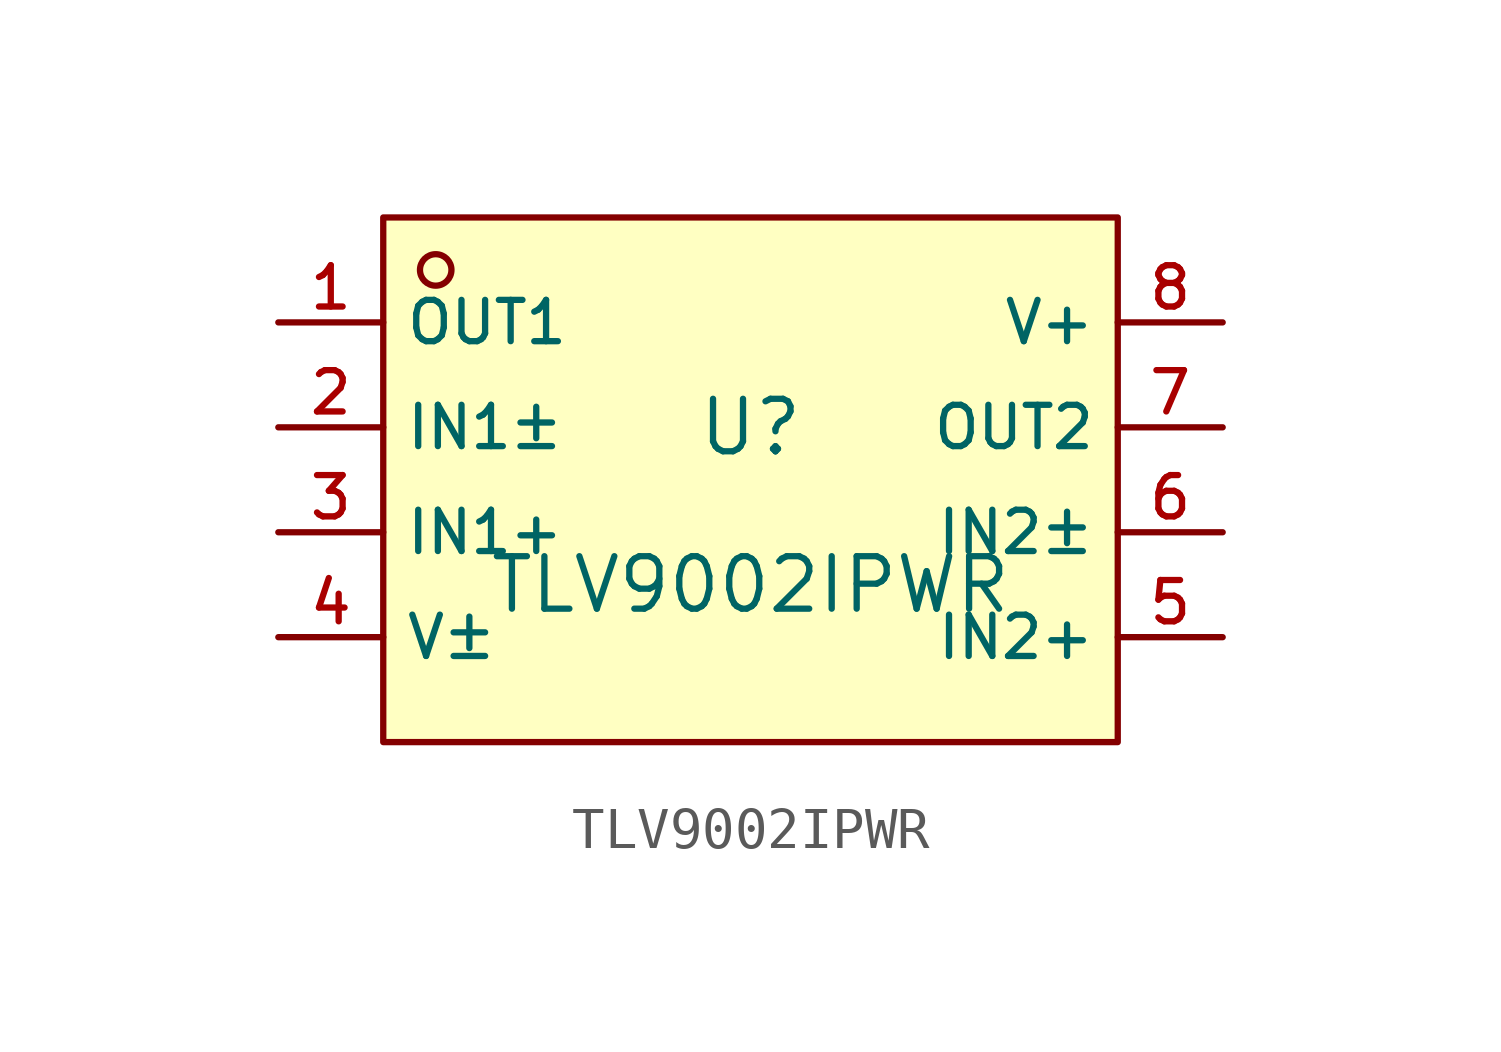
<source format=kicad_sym>
(kicad_symbol_lib
  (version 20210201)
  (generator TousstNicolas/JLC2KiCad_lib)
  (symbol "TLV9002IPWR"
    (property "Reference" "U"
      (at 0 1.27 0)
      (effects (font (size 1.27 1.27))))
    (property "Value" "TLV9002IPWR"
      (at 0 -2.54 0)
      (effects (font (size 1.27 1.27))))
    (symbol "TLV9002IPWR_0_1"
      (rectangle (start -8.89 6.35) (end 8.89 -6.35) (stroke (width 0) (type default) (color 0 0 0 0)) (fill (type background)))
      (circle (center -7.62 5.08) (radius 0.381) (stroke (width 0) (type default) (color 0 0 0 0)) (fill (type background)))
      (pin unspecified line (at -11.43 3.81 0) (length 2.54) (name "OUT1" (effects (font (size 1 1)))) (number "1" (effects (font (size 1 1)))))
      (pin unspecified line (at -11.43 1.27 0) (length 2.54) (name "IN1±" (effects (font (size 1 1)))) (number "2" (effects (font (size 1 1)))))
      (pin unspecified line (at -11.43 -1.27 0) (length 2.54) (name "IN1+" (effects (font (size 1 1)))) (number "3" (effects (font (size 1 1)))))
      (pin unspecified line (at -11.43 -3.81 0) (length 2.54) (name "V±" (effects (font (size 1 1)))) (number "4" (effects (font (size 1 1)))))
      (pin unspecified line (at 11.43 -3.81 180) (length 2.54) (name "IN2+" (effects (font (size 1 1)))) (number "5" (effects (font (size 1 1)))))
      (pin unspecified line (at 11.43 -1.27 180) (length 2.54) (name "IN2±" (effects (font (size 1 1)))) (number "6" (effects (font (size 1 1)))))
      (pin unspecified line (at 11.43 1.27 180) (length 2.54) (name "OUT2" (effects (font (size 1 1)))) (number "7" (effects (font (size 1 1)))))
      (pin unspecified line (at 11.43 3.81 180) (length 2.54) (name "V+" (effects (font (size 1 1)))) (number "8" (effects (font (size 1 1))))))))
</source>
